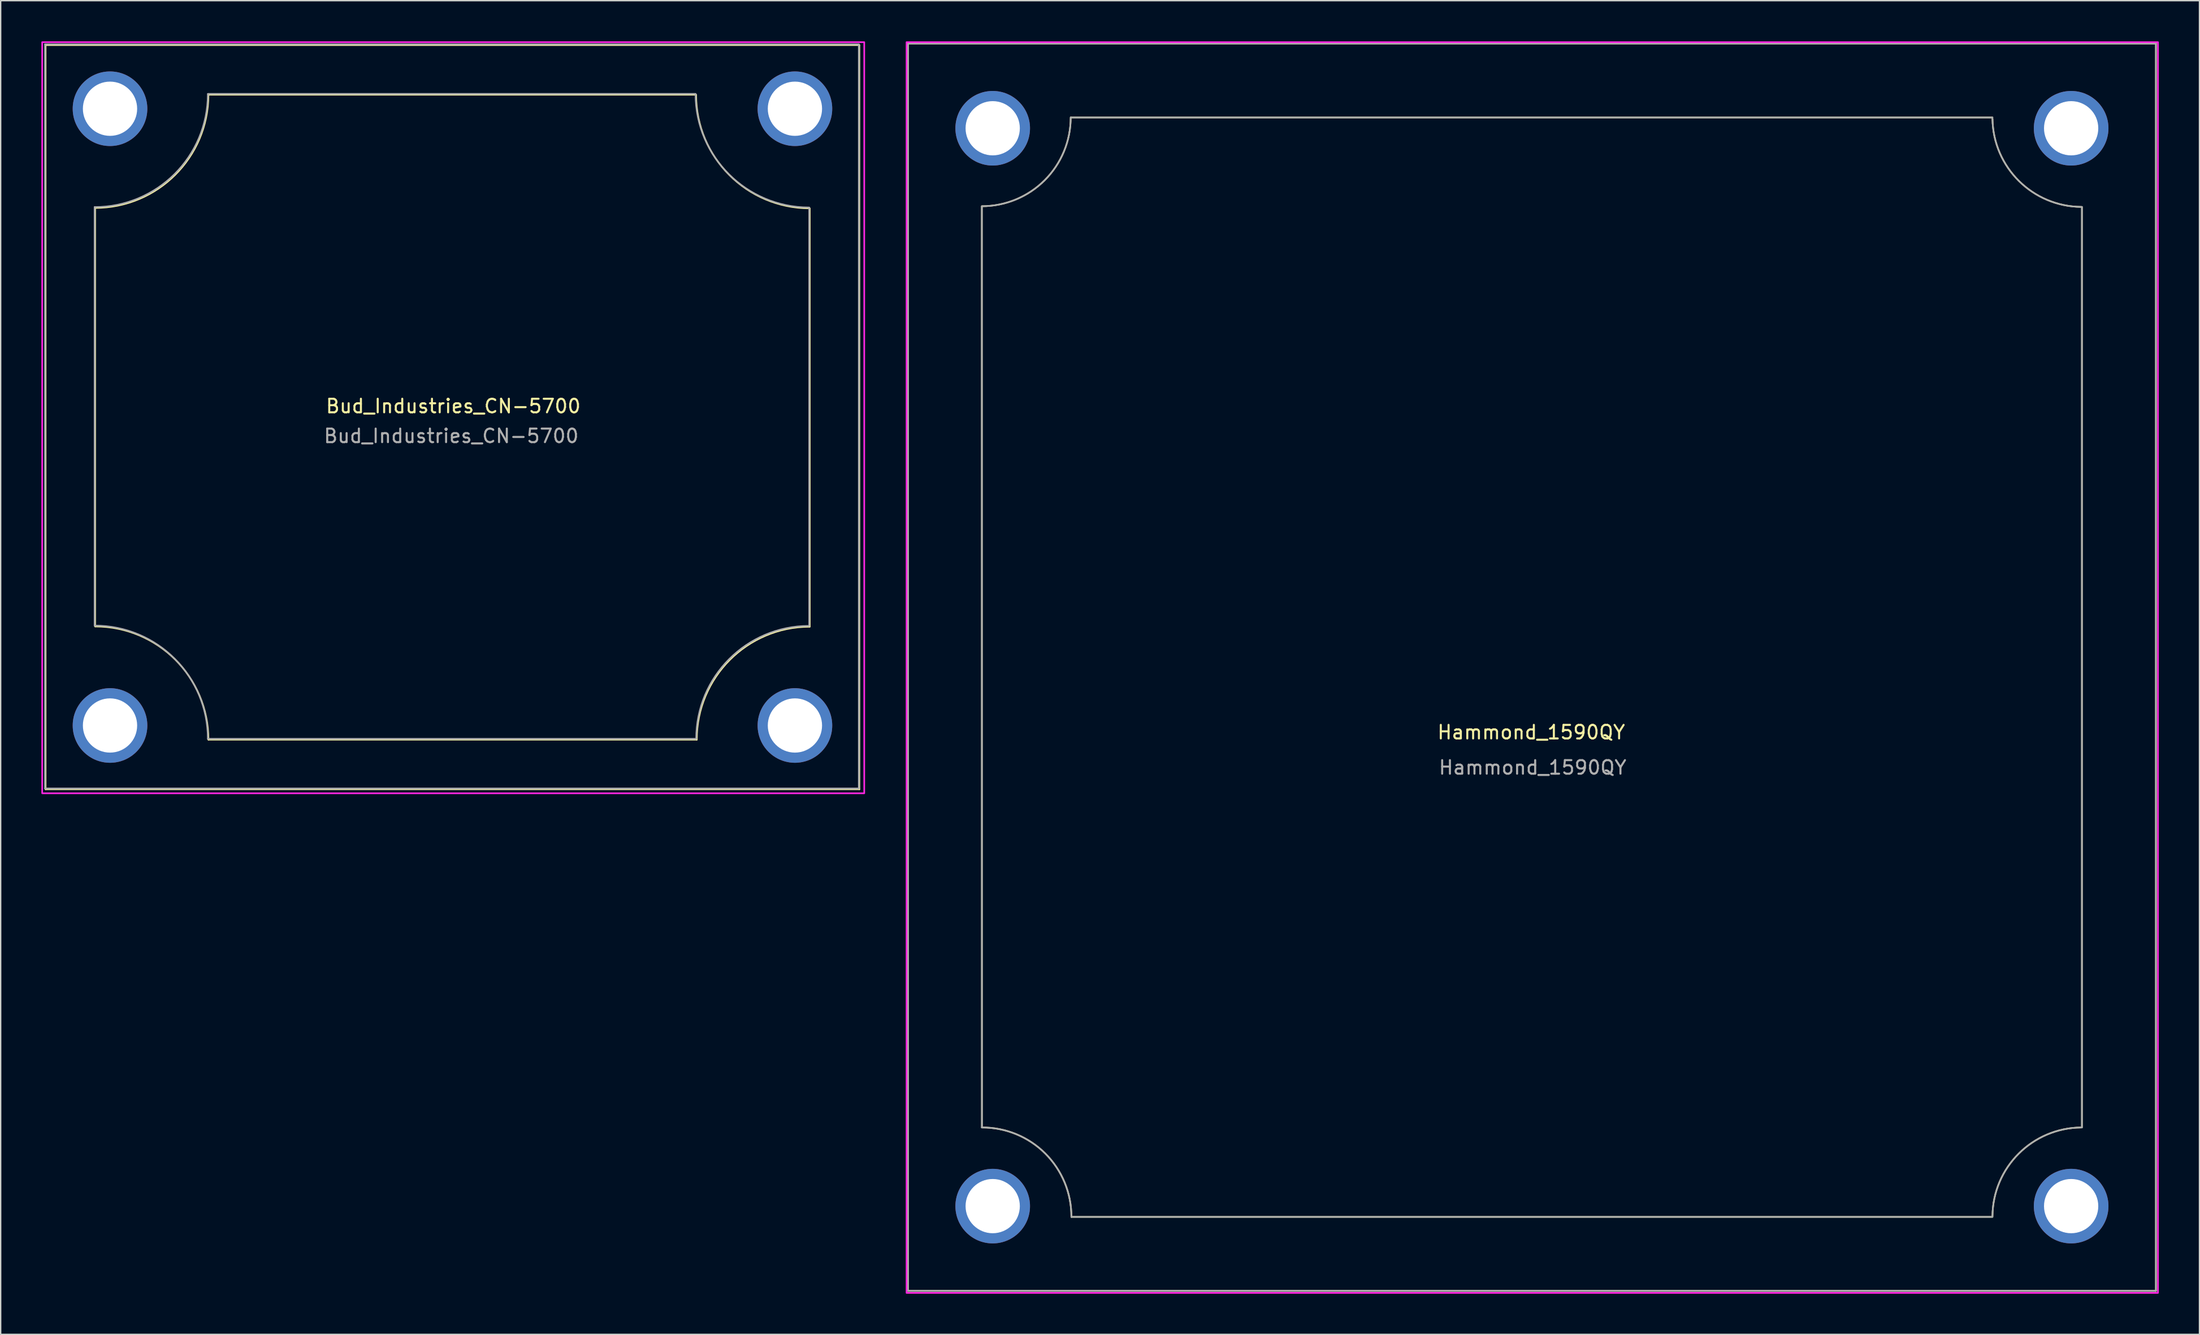
<source format=kicad_pcb>
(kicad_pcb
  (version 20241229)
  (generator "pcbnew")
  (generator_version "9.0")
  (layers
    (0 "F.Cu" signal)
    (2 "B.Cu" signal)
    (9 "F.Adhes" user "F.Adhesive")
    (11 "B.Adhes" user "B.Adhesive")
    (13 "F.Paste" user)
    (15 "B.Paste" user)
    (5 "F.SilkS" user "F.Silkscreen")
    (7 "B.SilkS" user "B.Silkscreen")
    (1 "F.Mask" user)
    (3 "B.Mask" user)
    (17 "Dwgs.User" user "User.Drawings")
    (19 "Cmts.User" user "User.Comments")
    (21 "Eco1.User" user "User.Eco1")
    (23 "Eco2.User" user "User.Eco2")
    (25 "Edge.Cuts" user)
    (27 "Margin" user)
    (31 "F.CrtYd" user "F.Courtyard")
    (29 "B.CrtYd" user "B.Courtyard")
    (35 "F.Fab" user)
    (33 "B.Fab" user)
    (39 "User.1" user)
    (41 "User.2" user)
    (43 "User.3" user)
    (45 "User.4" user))
  (footprint "Hammond_1590QY"
    (layer "F.Cu")
    (at 109.88 46.16)
    (property "Reference" "Hammond_1590QY" (at -0.05 4.8 0) (layer "F.SilkS") (effects (font (size 1 1) (thickness 0.15))))
    (attr through_hole)
    (fp_line (start -46 -46) (end -46 46) (stroke (width 0.12) (type solid)) (layer "F.SilkS"))
    (fp_line (start -46 -46) (end 46 -46) (stroke (width 0.12) (type solid)) (layer "F.SilkS"))
    (fp_line (start -40.55 -33.95) (end -40.545 33.95) (stroke (width 0.12) (type solid)) (layer "F.SilkS"))
    (fp_line (start -33.95 -40.545) (end 33.95 -40.545) (stroke (width 0.12) (type solid)) (layer "F.SilkS"))
    (fp_line (start 33.95 40.545) (end -33.95 40.545) (stroke (width 0.12) (type solid)) (layer "F.SilkS"))
    (fp_line (start 40.545 -33.95) (end 40.545 33.95) (stroke (width 0.12) (type solid)) (layer "F.SilkS"))
    (fp_line (start 46 46) (end -46 46) (stroke (width 0.12) (type solid)) (layer "F.SilkS"))
    (fp_line (start 46 46) (end 46 -46) (stroke (width 0.12) (type solid)) (layer "F.SilkS"))
    (fp_arc (start -40.545 33.95) (mid -35.872245 35.872245) (end -33.95 40.545) (stroke (width 0.12) (type solid)) (layer "F.SilkS"))
    (fp_arc (start -34.000001 -40.55) (mid -35.916985 -35.916985) (end -40.55 -34.000001) (stroke (width 0.12) (type solid)) (layer "F.SilkS"))
    (fp_arc (start 33.950001 40.5) (mid 35.881523 35.881523) (end 40.5 33.950001) (stroke (width 0.12) (type solid)) (layer "F.SilkS"))
    (fp_arc (start 40.499307 -33.949929) (mid 35.898771 -35.864039) (end 33.95 -40.45) (stroke (width 0.12) (type solid)) (layer "F.SilkS"))
    (fp_rect (start -46.1 -46.1) (end 46.15 46.15) (stroke (width 0.12) (type solid)) (fill no) (layer "F.CrtYd"))
    (fp_line (start -46 -46) (end -46 46) (stroke (width 0.12) (type solid)) (layer "F.Fab"))
    (fp_line (start -46 -46) (end 46 -46) (stroke (width 0.12) (type solid)) (layer "F.Fab"))
    (fp_line (start -40.55 -33.95) (end -40.545 33.95) (stroke (width 0.12) (type solid)) (layer "F.Fab"))
    (fp_line (start -33.95 -40.545) (end 33.95 -40.545) (stroke (width 0.12) (type solid)) (layer "F.Fab"))
    (fp_line (start 33.95 40.545) (end -33.95 40.545) (stroke (width 0.12) (type solid)) (layer "F.Fab"))
    (fp_line (start 40.545 -33.95) (end 40.545 33.95) (stroke (width 0.12) (type solid)) (layer "F.Fab"))
    (fp_line (start 46 46) (end -46 46) (stroke (width 0.12) (type solid)) (layer "F.Fab"))
    (fp_line (start 46 46) (end 46 -46) (stroke (width 0.12) (type solid)) (layer "F.Fab"))
    (fp_arc (start -40.545 33.95) (mid -35.871506 35.871506) (end -33.95 40.545) (stroke (width 0.12) (type solid)) (layer "F.Fab"))
    (fp_arc (start -34.000001 -40.55) (mid -35.916776 -35.916778) (end -40.549998 -34.000003) (stroke (width 0.12) (type solid)) (layer "F.Fab"))
    (fp_arc (start 33.950001 40.5) (mid 35.881825 35.881827) (end 40.499998 33.950003) (stroke (width 0.12) (type solid)) (layer "F.Fab"))
    (fp_arc (start 40.499306 -33.949927) (mid 35.898338 -35.863602) (end 33.95 -40.45) (stroke (width 0.12) (type solid)) (layer "F.Fab"))
    (fp_text user "${REFERENCE}" (at 0.05 7.4 0) (layer "F.Fab") (effects (font (size 1 1) (thickness 0.15))))
    (pad "1" thru_hole circle (at -39.75 -39.75) (size 5.5 5.5) (drill 4) (layers "*.Cu" "*.Mask"))
    (pad "2" thru_hole circle (at -39.75 39.75) (size 5.5 5.5) (drill 4) (layers "*.Cu" "*.Mask"))
    (pad "3" thru_hole circle (at 39.75 39.75) (size 5.5 5.5) (drill 4) (layers "*.Cu" "*.Mask"))
    (pad "4" thru_hole circle (at 39.75 -39.75) (size 5.5 5.5) (drill 4) (layers "*.Cu" "*.Mask")))
  (footprint "Bud_Industries_CN-5700"
    (layer "F.Cu")
    (at 30.305 27.715)
    (property "Reference" "Bud_Industries_CN-5700" (at 0.06 -0.81 0) (layer "F.SilkS") (effects (font (size 1 1) (thickness 0.15))))
    (attr through_hole)
    (fp_line (start -29.995 -27.44) (end -29.995 27.45) (stroke (width 0.12) (type solid)) (layer "F.SilkS"))
    (fp_line (start -29.995 -27.44) (end 29.995 -27.44) (stroke (width 0.12) (type solid)) (layer "F.SilkS"))
    (fp_line (start -26.34 -15.43) (end -26.34 15.44) (stroke (width 0.12) (type solid)) (layer "F.SilkS"))
    (fp_line (start -17.99 -23.78) (end 17.96 -23.78) (stroke (width 0.12) (type solid)) (layer "F.SilkS"))
    (fp_line (start 18.01 23.79) (end -17.99 23.79) (stroke (width 0.12) (type solid)) (layer "F.SilkS"))
    (fp_line (start 26.34 -15.4) (end 26.34 15.46) (stroke (width 0.12) (type solid)) (layer "F.SilkS"))
    (fp_line (start 29.995 27.45) (end -29.995 27.45) (stroke (width 0.12) (type solid)) (layer "F.SilkS"))
    (fp_line (start 29.995 27.45) (end 29.995 -27.44) (stroke (width 0.12) (type solid)) (layer "F.SilkS"))
    (fp_arc (start -26.34 15.44) (mid -20.435658 17.885658) (end -17.99 23.79) (stroke (width 0.12) (type solid)) (layer "F.SilkS"))
    (fp_arc (start -17.990001 -23.76) (mid -20.442717 -17.868575) (end -26.34 -15.429977) (stroke (width 0.12) (type solid)) (layer "F.SilkS"))
    (fp_arc (start 18.01 23.79) (mid 20.439229 17.910391) (end 26.310072 15.460054) (stroke (width 0.12) (type solid)) (layer "F.SilkS"))
    (fp_arc (start 26.309964 -15.400031) (mid 20.410882 -17.857978) (end 17.960001 -23.76) (stroke (width 0.12) (type solid)) (layer "F.SilkS"))
    (fp_rect (start -30.245 -27.655) (end 30.355 27.745) (stroke (width 0.12) (type solid)) (fill no) (layer "F.CrtYd"))
    (fp_line (start -30.035 -27.5) (end -30.035 27.39) (stroke (width 0.12) (type solid)) (layer "F.Fab"))
    (fp_line (start -30.035 -27.5) (end 29.955 -27.5) (stroke (width 0.12) (type solid)) (layer "F.Fab"))
    (fp_line (start -26.38 -15.49) (end -26.38 15.38) (stroke (width 0.12) (type solid)) (layer "F.Fab"))
    (fp_line (start -18.03 -23.84) (end 17.92 -23.84) (stroke (width 0.12) (type solid)) (layer "F.Fab"))
    (fp_line (start 17.97 23.73) (end -18.03 23.73) (stroke (width 0.12) (type solid)) (layer "F.Fab"))
    (fp_line (start 26.3 -15.46) (end 26.3 15.4) (stroke (width 0.12) (type solid)) (layer "F.Fab"))
    (fp_line (start 29.955 27.39) (end -30.035 27.39) (stroke (width 0.12) (type solid)) (layer "F.Fab"))
    (fp_line (start 29.955 27.39) (end 29.955 -27.5) (stroke (width 0.12) (type solid)) (layer "F.Fab"))
    (fp_arc (start -26.379999 15.379999) (mid -20.475658 17.825658) (end -18.03 23.73) (stroke (width 0.12) (type solid)) (layer "F.Fab"))
    (fp_arc (start -18.030001 -23.82) (mid -20.481924 -17.927782) (end -26.379998 -15.489979) (stroke (width 0.12) (type solid)) (layer "F.Fab"))
    (fp_arc (start 17.97 23.73) (mid 20.399104 17.850269) (end 26.27007 15.400056) (stroke (width 0.12) (type solid)) (layer "F.Fab"))
    (fp_arc (start 26.269963 -15.460029) (mid 20.369982 -17.91708) (end 17.920001 -23.82) (stroke (width 0.12) (type solid)) (layer "F.Fab"))
    (fp_text user "${REFERENCE}" (at -0.09 1.39 0) (layer "F.Fab") (effects (font (size 1 1) (thickness 0.15))))
    (pad "1" thru_hole circle (at -25.245 -22.745) (size 5.5 5.5) (drill 4) (layers "*.Cu" "*.Mask"))
    (pad "2" thru_hole circle (at -25.245 22.745) (size 5.5 5.5) (drill 4) (layers "*.Cu" "*.Mask"))
    (pad "3" thru_hole circle (at 25.245 22.745) (size 5.5 5.5) (drill 4) (layers "*.Cu" "*.Mask"))
    (pad "4" thru_hole circle (at 25.245 -22.745) (size 5.5 5.5) (drill 4) (layers "*.Cu" "*.Mask")))
  (gr_rect
    (start -3 -3)
    (end 159.09 95.37)
    (stroke (width 0.1) (type default))
    (fill no)
    (layer "Edge.Cuts")))
</source>
